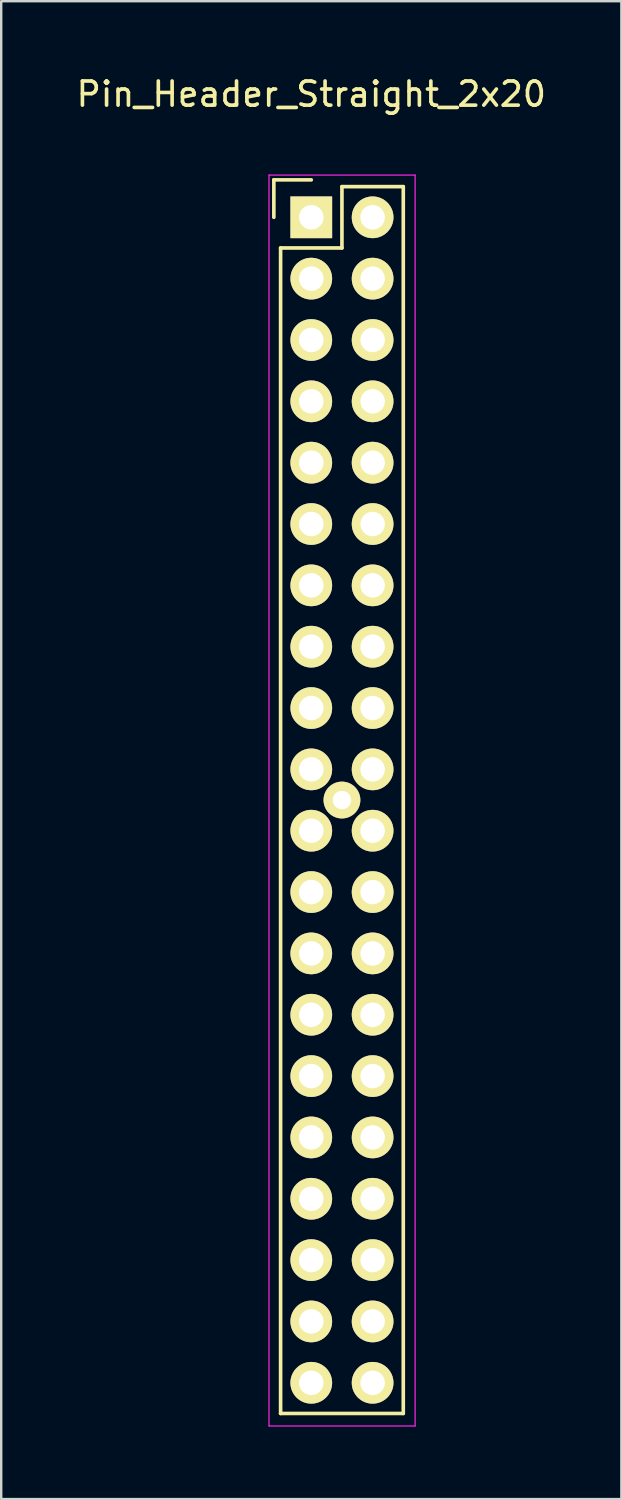
<source format=kicad_pcb>
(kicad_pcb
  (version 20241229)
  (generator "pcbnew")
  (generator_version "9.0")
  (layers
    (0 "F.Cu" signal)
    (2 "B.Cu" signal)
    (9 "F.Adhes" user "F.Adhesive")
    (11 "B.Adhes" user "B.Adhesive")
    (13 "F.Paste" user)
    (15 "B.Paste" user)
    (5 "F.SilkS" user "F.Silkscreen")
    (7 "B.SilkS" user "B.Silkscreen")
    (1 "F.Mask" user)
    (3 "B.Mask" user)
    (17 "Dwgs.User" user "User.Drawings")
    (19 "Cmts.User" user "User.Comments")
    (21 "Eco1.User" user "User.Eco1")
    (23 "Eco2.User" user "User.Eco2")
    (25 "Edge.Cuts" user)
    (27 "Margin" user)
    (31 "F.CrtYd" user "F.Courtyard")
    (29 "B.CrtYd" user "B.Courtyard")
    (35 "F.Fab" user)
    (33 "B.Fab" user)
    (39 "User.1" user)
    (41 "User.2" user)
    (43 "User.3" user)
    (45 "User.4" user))
  (footprint "Pin_Header_Straight_2x20"
    (layer "F.Cu")
    (at 9.839 5.948)
    (property "Reference" "Pin_Header_Straight_2x20" (at 0 -5.1 0) (layer "F.SilkS") (effects (font (size 1 1) (thickness 0.15))))
    (attr through_hole)
    (fp_line (start -1.55 -1.55) (end -1.55 0) (stroke (width 0.15) (type solid)) (layer "F.SilkS"))
    (fp_line (start -1.27 1.27) (end -1.27 49.53) (stroke (width 0.15) (type solid)) (layer "F.SilkS"))
    (fp_line (start 0 -1.55) (end -1.55 -1.55) (stroke (width 0.15) (type solid)) (layer "F.SilkS"))
    (fp_line (start 1.27 -1.27) (end 1.27 1.27) (stroke (width 0.15) (type solid)) (layer "F.SilkS"))
    (fp_line (start 1.27 1.27) (end -1.27 1.27) (stroke (width 0.15) (type solid)) (layer "F.SilkS"))
    (fp_line (start 3.81 -1.27) (end 1.27 -1.27) (stroke (width 0.15) (type solid)) (layer "F.SilkS"))
    (fp_line (start 3.81 49.53) (end -1.27 49.53) (stroke (width 0.15) (type solid)) (layer "F.SilkS"))
    (fp_line (start 3.81 49.53) (end 3.81 -1.27) (stroke (width 0.15) (type solid)) (layer "F.SilkS"))
    (fp_line (start -1.75 -1.75) (end -1.75 50.05) (stroke (width 0.05) (type solid)) (layer "F.CrtYd"))
    (fp_line (start -1.75 -1.75) (end 4.3 -1.75) (stroke (width 0.05) (type solid)) (layer "F.CrtYd"))
    (fp_line (start -1.75 50.05) (end 4.3 50.05) (stroke (width 0.05) (type solid)) (layer "F.CrtYd"))
    (fp_line (start 4.3 -1.75) (end 4.3 50.05) (stroke (width 0.05) (type solid)) (layer "F.CrtYd"))
    (pad "1" thru_hole rect (at 0 0) (size 1.727 1.727) (drill 1.016) (layers "*.Cu" "*.Mask" "F.SilkS"))
    (pad "2" thru_hole circle (at 1.27 24.13) (size 1.524 1.524) (drill 0.762) (layers "*.Cu" "*.Mask" "F.SilkS"))
    (pad "2" thru_hole oval (at 2.54 0) (size 1.727 1.727) (drill 1.016) (layers "*.Cu" "*.Mask" "F.SilkS"))
    (pad "3" thru_hole oval (at 0 2.54) (size 1.727 1.727) (drill 1.016) (layers "*.Cu" "*.Mask" "F.SilkS"))
    (pad "4" thru_hole oval (at 2.54 2.54) (size 1.727 1.727) (drill 1.016) (layers "*.Cu" "*.Mask" "F.SilkS"))
    (pad "5" thru_hole oval (at 0 5.08) (size 1.727 1.727) (drill 1.016) (layers "*.Cu" "*.Mask" "F.SilkS"))
    (pad "6" thru_hole oval (at 2.54 5.08) (size 1.727 1.727) (drill 1.016) (layers "*.Cu" "*.Mask" "F.SilkS"))
    (pad "7" thru_hole oval (at 0 7.62) (size 1.727 1.727) (drill 1.016) (layers "*.Cu" "*.Mask" "F.SilkS"))
    (pad "8" thru_hole oval (at 2.54 7.62) (size 1.727 1.727) (drill 1.016) (layers "*.Cu" "*.Mask" "F.SilkS"))
    (pad "9" thru_hole oval (at 0 10.16) (size 1.727 1.727) (drill 1.016) (layers "*.Cu" "*.Mask" "F.SilkS"))
    (pad "10" thru_hole oval (at 2.54 10.16) (size 1.727 1.727) (drill 1.016) (layers "*.Cu" "*.Mask" "F.SilkS"))
    (pad "11" thru_hole oval (at 0 12.7) (size 1.727 1.727) (drill 1.016) (layers "*.Cu" "*.Mask" "F.SilkS"))
    (pad "12" thru_hole oval (at 2.54 12.7) (size 1.727 1.727) (drill 1.016) (layers "*.Cu" "*.Mask" "F.SilkS"))
    (pad "13" thru_hole oval (at 0 15.24) (size 1.727 1.727) (drill 1.016) (layers "*.Cu" "*.Mask" "F.SilkS"))
    (pad "14" thru_hole oval (at 2.54 15.24) (size 1.727 1.727) (drill 1.016) (layers "*.Cu" "*.Mask" "F.SilkS"))
    (pad "15" thru_hole oval (at 0 17.78) (size 1.727 1.727) (drill 1.016) (layers "*.Cu" "*.Mask" "F.SilkS"))
    (pad "16" thru_hole oval (at 2.54 17.78) (size 1.727 1.727) (drill 1.016) (layers "*.Cu" "*.Mask" "F.SilkS"))
    (pad "17" thru_hole oval (at 0 20.32) (size 1.727 1.727) (drill 1.016) (layers "*.Cu" "*.Mask" "F.SilkS"))
    (pad "18" thru_hole oval (at 2.54 20.32) (size 1.727 1.727) (drill 1.016) (layers "*.Cu" "*.Mask" "F.SilkS"))
    (pad "19" thru_hole oval (at 0 22.86) (size 1.727 1.727) (drill 1.016) (layers "*.Cu" "*.Mask" "F.SilkS"))
    (pad "20" thru_hole oval (at 2.54 22.86) (size 1.727 1.727) (drill 1.016) (layers "*.Cu" "*.Mask" "F.SilkS"))
    (pad "21" thru_hole oval (at 0 25.4) (size 1.727 1.727) (drill 1.016) (layers "*.Cu" "*.Mask" "F.SilkS"))
    (pad "22" thru_hole oval (at 2.54 25.4) (size 1.727 1.727) (drill 1.016) (layers "*.Cu" "*.Mask" "F.SilkS"))
    (pad "23" thru_hole oval (at 0 27.94) (size 1.727 1.727) (drill 1.016) (layers "*.Cu" "*.Mask" "F.SilkS"))
    (pad "24" thru_hole oval (at 2.54 27.94) (size 1.727 1.727) (drill 1.016) (layers "*.Cu" "*.Mask" "F.SilkS"))
    (pad "25" thru_hole oval (at 0 30.48) (size 1.727 1.727) (drill 1.016) (layers "*.Cu" "*.Mask" "F.SilkS"))
    (pad "26" thru_hole oval (at 2.54 30.48) (size 1.727 1.727) (drill 1.016) (layers "*.Cu" "*.Mask" "F.SilkS"))
    (pad "27" thru_hole oval (at 0 33.02) (size 1.727 1.727) (drill 1.016) (layers "*.Cu" "*.Mask" "F.SilkS"))
    (pad "28" thru_hole oval (at 2.54 33.02) (size 1.727 1.727) (drill 1.016) (layers "*.Cu" "*.Mask" "F.SilkS"))
    (pad "29" thru_hole oval (at 0 35.56) (size 1.727 1.727) (drill 1.016) (layers "*.Cu" "*.Mask" "F.SilkS"))
    (pad "30" thru_hole oval (at 2.54 35.56) (size 1.727 1.727) (drill 1.016) (layers "*.Cu" "*.Mask" "F.SilkS"))
    (pad "31" thru_hole oval (at 0 38.1) (size 1.727 1.727) (drill 1.016) (layers "*.Cu" "*.Mask" "F.SilkS"))
    (pad "32" thru_hole oval (at 2.54 38.1) (size 1.727 1.727) (drill 1.016) (layers "*.Cu" "*.Mask" "F.SilkS"))
    (pad "33" thru_hole oval (at 0 40.64) (size 1.727 1.727) (drill 1.016) (layers "*.Cu" "*.Mask" "F.SilkS"))
    (pad "34" thru_hole oval (at 2.54 40.64) (size 1.727 1.727) (drill 1.016) (layers "*.Cu" "*.Mask" "F.SilkS"))
    (pad "35" thru_hole oval (at 0 43.18) (size 1.727 1.727) (drill 1.016) (layers "*.Cu" "*.Mask" "F.SilkS"))
    (pad "36" thru_hole oval (at 2.54 43.18) (size 1.727 1.727) (drill 1.016) (layers "*.Cu" "*.Mask" "F.SilkS"))
    (pad "37" thru_hole oval (at 0 45.72) (size 1.727 1.727) (drill 1.016) (layers "*.Cu" "*.Mask" "F.SilkS"))
    (pad "38" thru_hole oval (at 2.54 45.72) (size 1.727 1.727) (drill 1.016) (layers "*.Cu" "*.Mask" "F.SilkS"))
    (pad "39" thru_hole oval (at 0 48.26) (size 1.727 1.727) (drill 1.016) (layers "*.Cu" "*.Mask" "F.SilkS"))
    (pad "40" thru_hole oval (at 2.54 48.26) (size 1.727 1.727) (drill 1.016) (layers "*.Cu" "*.Mask" "F.SilkS")))
  (gr_rect
    (start -3 -3)
    (end 22.679 59.023)
    (stroke (width 0.1) (type default))
    (fill no)
    (layer "Edge.Cuts")))
</source>
